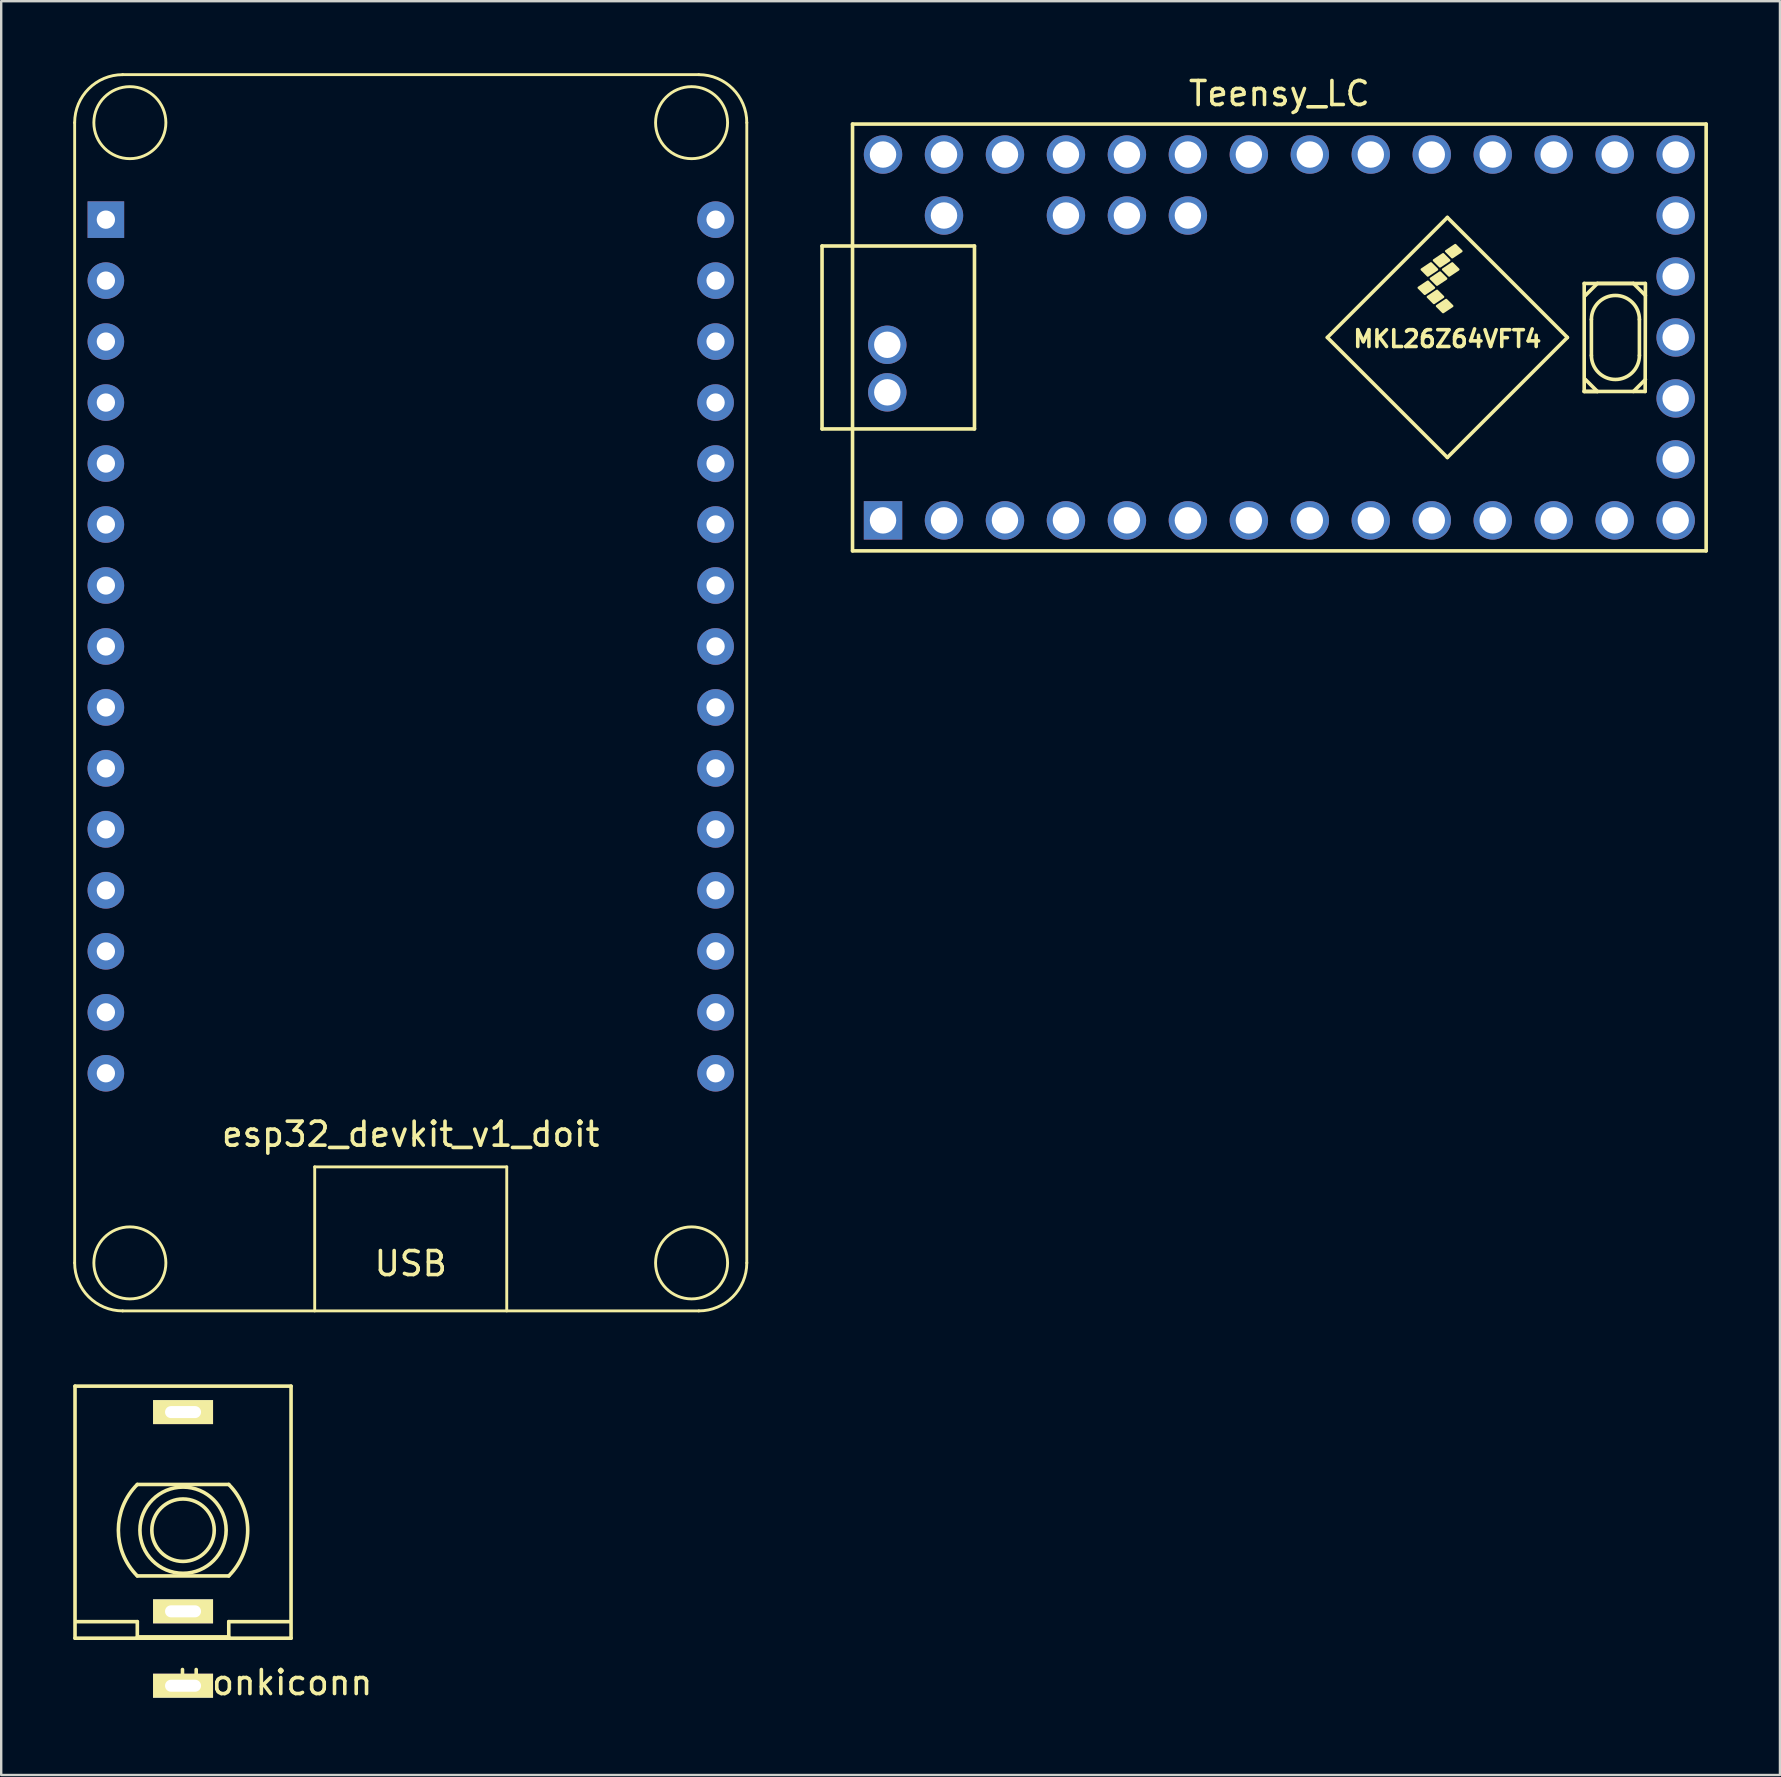
<source format=kicad_pcb>
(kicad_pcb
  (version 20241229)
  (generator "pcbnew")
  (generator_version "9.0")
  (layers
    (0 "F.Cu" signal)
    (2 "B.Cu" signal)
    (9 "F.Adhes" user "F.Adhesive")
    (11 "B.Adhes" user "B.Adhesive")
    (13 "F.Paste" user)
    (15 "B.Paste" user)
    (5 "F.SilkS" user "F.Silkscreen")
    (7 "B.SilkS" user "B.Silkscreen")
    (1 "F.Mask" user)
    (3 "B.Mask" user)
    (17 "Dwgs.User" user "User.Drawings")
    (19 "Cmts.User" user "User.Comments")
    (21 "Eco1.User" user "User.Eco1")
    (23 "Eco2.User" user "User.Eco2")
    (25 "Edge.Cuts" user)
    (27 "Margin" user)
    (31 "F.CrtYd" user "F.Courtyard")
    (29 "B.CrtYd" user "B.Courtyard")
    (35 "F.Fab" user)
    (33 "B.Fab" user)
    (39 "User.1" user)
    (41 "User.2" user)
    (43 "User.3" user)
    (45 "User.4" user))
  (footprint "thonkiconn"
    (layer "F.Cu")
    (at 4.575 60.695)
    (property "Reference" "thonkiconn" (at 3.81 6.35 0) (layer "F.SilkS") (effects (font (size 1 1) (thickness 0.15))))
    (attr through_hole)
    (fp_line (start -4.5 -6) (end -4.5 4.5) (stroke (width 0.15) (type solid)) (layer "F.SilkS"))
    (fp_line (start -4.5 -6) (end 4.5 -6) (stroke (width 0.15) (type solid)) (layer "F.SilkS"))
    (fp_line (start -4.5 4.5) (end 4.5 4.5) (stroke (width 0.15) (type solid)) (layer "F.SilkS"))
    (fp_line (start -4.445 3.81) (end -1.905 3.81) (stroke (width 0.15) (type solid)) (layer "F.SilkS"))
    (fp_line (start -1.905 -1.905) (end 1.905 -1.905) (stroke (width 0.15) (type solid)) (layer "F.SilkS"))
    (fp_line (start -1.905 3.81) (end -1.905 4.445) (stroke (width 0.15) (type solid)) (layer "F.SilkS"))
    (fp_line (start -1.905 4.445) (end 1.905 4.445) (stroke (width 0.15) (type solid)) (layer "F.SilkS"))
    (fp_line (start 1.905 1.905) (end -1.905 1.905) (stroke (width 0.15) (type solid)) (layer "F.SilkS"))
    (fp_line (start 1.905 3.81) (end 4.445 3.81) (stroke (width 0.15) (type solid)) (layer "F.SilkS"))
    (fp_line (start 1.905 4.445) (end 1.905 3.81) (stroke (width 0.15) (type solid)) (layer "F.SilkS"))
    (fp_line (start 4.5 -6) (end 4.5 4.5) (stroke (width 0.15) (type solid)) (layer "F.SilkS"))
    (fp_arc (start -1.905 1.905) (mid -2.694077 0) (end -1.905 -1.905) (stroke (width 0.15) (type solid)) (layer "F.SilkS"))
    (fp_arc (start 1.905 -1.905) (mid 2.694077 0) (end 1.905 1.905) (stroke (width 0.15) (type solid)) (layer "F.SilkS"))
    (fp_circle (center 0 0) (end 1.27 1.27) (stroke (width 0.15) (type solid)) (fill no) (layer "F.SilkS"))
    (fp_circle (center 0 0) (end 1.3 0) (stroke (width 0.15) (type solid)) (fill no) (layer "F.SilkS"))
    (pad "1" thru_hole rect (at 0 6.48) (size 2.5 1) (drill oval 1.5 0.5) (layers "*.Cu" "*.Mask" "F.SilkS"))
    (pad "2" thru_hole rect (at 0 3.38) (size 2.5 1) (drill oval 1.5 0.5) (layers "*.Cu" "*.Mask" "F.SilkS"))
    (pad "3" thru_hole rect (at 0 -4.92) (size 2.5 1) (drill oval 1.5 0.5) (layers "*.Cu" "*.Mask" "F.SilkS"))
    (zone (net_name "") (layers "F.Cu" "Margin") (name "plug contact area") (hatch edge 0.508) (connect_pads) (min_thickness 0.254) (filled_areas_thickness no) (keepout (tracks not_allowed) (vias not_allowed) (pads not_allowed) (copperpour not_allowed) (footprints not_allowed)) (placement (enabled no)) (fill) (polygon (pts (xy 6.48 62.6) (xy 2.67 62.6) (xy 2.67 58.79) (xy 6.48 58.79)))))
  (footprint "esp32_devkit_v1_doit"
    (layer "F.Cu")
    (at 14.06 6.1)
    (property "Reference" "esp32_devkit_v1_doit" (at 0 38.1 0) (layer "F.SilkS") (effects (font (size 1 1) (thickness 0.15))))
    (attr through_hole)
    (fp_line (start -14 -4.04) (end -14 43.46) (stroke (width 0.12) (type solid)) (layer "F.SilkS"))
    (fp_line (start -12 -6.04) (end 12 -6.04) (stroke (width 0.12) (type solid)) (layer "F.SilkS"))
    (fp_line (start -12 45.46) (end 12 45.46) (stroke (width 0.12) (type solid)) (layer "F.SilkS"))
    (fp_line (start -4 39.46) (end -4 45.46) (stroke (width 0.12) (type solid)) (layer "F.SilkS"))
    (fp_line (start -4 39.46) (end 4 39.46) (stroke (width 0.12) (type solid)) (layer "F.SilkS"))
    (fp_line (start 4 39.46) (end 4 45.46) (stroke (width 0.12) (type solid)) (layer "F.SilkS"))
    (fp_line (start 14 43.46) (end 14 -4.04) (stroke (width 0.12) (type solid)) (layer "F.SilkS"))
    (fp_arc (start -14 -4.04) (mid -13.414214 -5.454214) (end -12 -6.04) (stroke (width 0.12) (type solid)) (layer "F.SilkS"))
    (fp_arc (start -12 45.46) (mid -13.414214 44.874214) (end -14 43.46) (stroke (width 0.12) (type solid)) (layer "F.SilkS"))
    (fp_arc (start 12 -6.04) (mid 13.414214 -5.454214) (end 14 -4.04) (stroke (width 0.12) (type solid)) (layer "F.SilkS"))
    (fp_arc (start 14 43.46) (mid 13.414214 44.874214) (end 12 45.46) (stroke (width 0.12) (type solid)) (layer "F.SilkS"))
    (fp_circle (center -11.7 -4.04) (end -10.2 -4.04) (stroke (width 0.12) (type solid)) (fill no) (layer "F.SilkS"))
    (fp_circle (center -11.7 43.46) (end -10.2 43.46) (stroke (width 0.12) (type solid)) (fill no) (layer "F.SilkS"))
    (fp_circle (center 11.7 -4.04) (end 13.2 -4.04) (stroke (width 0.12) (type solid)) (fill no) (layer "F.SilkS"))
    (fp_circle (center 11.7 43.46) (end 13.2 43.46) (stroke (width 0.12) (type solid)) (fill no) (layer "F.SilkS"))
    (fp_text user "USB" (at 0 43.49 0) (layer "F.SilkS") (effects (font (size 1 1) (thickness 0.15))))
    (pad "1" thru_hole rect (at -12.7 0) (size 1.524 1.524) (drill 0.762) (layers "*.Cu" "*.Mask"))
    (pad "2" thru_hole circle (at -12.7 2.54) (size 1.524 1.524) (drill 0.762) (layers "*.Cu" "*.Mask"))
    (pad "3" thru_hole circle (at -12.7 5.08) (size 1.524 1.524) (drill 0.762) (layers "*.Cu" "*.Mask"))
    (pad "4" thru_hole circle (at -12.7 7.62) (size 1.524 1.524) (drill 0.762) (layers "*.Cu" "*.Mask"))
    (pad "5" thru_hole circle (at -12.7 10.16) (size 1.524 1.524) (drill 0.762) (layers "*.Cu" "*.Mask"))
    (pad "6" thru_hole circle (at -12.7 12.7) (size 1.524 1.524) (drill 0.762) (layers "*.Cu" "*.Mask"))
    (pad "7" thru_hole circle (at -12.7 15.24) (size 1.524 1.524) (drill 0.762) (layers "*.Cu" "*.Mask"))
    (pad "8" thru_hole circle (at -12.7 17.78) (size 1.524 1.524) (drill 0.762) (layers "*.Cu" "*.Mask"))
    (pad "9" thru_hole circle (at -12.7 20.32) (size 1.524 1.524) (drill 0.762) (layers "*.Cu" "*.Mask"))
    (pad "10" thru_hole circle (at -12.7 22.86) (size 1.524 1.524) (drill 0.762) (layers "*.Cu" "*.Mask"))
    (pad "11" thru_hole circle (at -12.7 25.4) (size 1.524 1.524) (drill 0.762) (layers "*.Cu" "*.Mask"))
    (pad "12" thru_hole circle (at -12.7 27.94) (size 1.524 1.524) (drill 0.762) (layers "*.Cu" "*.Mask"))
    (pad "13" thru_hole circle (at -12.7 30.48) (size 1.524 1.524) (drill 0.762) (layers "*.Cu" "*.Mask"))
    (pad "14" thru_hole circle (at -12.7 33.02) (size 1.524 1.524) (drill 0.762) (layers "*.Cu" "*.Mask"))
    (pad "15" thru_hole circle (at -12.7 35.56) (size 1.524 1.524) (drill 0.762) (layers "*.Cu" "*.Mask"))
    (pad "16" thru_hole circle (at 12.7 35.56) (size 1.524 1.524) (drill 0.762) (layers "*.Cu" "*.Mask"))
    (pad "17" thru_hole circle (at 12.7 33.02) (size 1.524 1.524) (drill 0.762) (layers "*.Cu" "*.Mask"))
    (pad "18" thru_hole circle (at 12.7 30.48) (size 1.524 1.524) (drill 0.762) (layers "*.Cu" "*.Mask"))
    (pad "19" thru_hole circle (at 12.7 27.94) (size 1.524 1.524) (drill 0.762) (layers "*.Cu" "*.Mask"))
    (pad "20" thru_hole circle (at 12.7 25.4) (size 1.524 1.524) (drill 0.762) (layers "*.Cu" "*.Mask"))
    (pad "21" thru_hole circle (at 12.7 22.86) (size 1.524 1.524) (drill 0.762) (layers "*.Cu" "*.Mask"))
    (pad "22" thru_hole circle (at 12.7 20.32) (size 1.524 1.524) (drill 0.762) (layers "*.Cu" "*.Mask"))
    (pad "23" thru_hole circle (at 12.7 17.78) (size 1.524 1.524) (drill 0.762) (layers "*.Cu" "*.Mask"))
    (pad "24" thru_hole circle (at 12.7 15.24) (size 1.524 1.524) (drill 0.762) (layers "*.Cu" "*.Mask"))
    (pad "25" thru_hole circle (at 12.7 12.7) (size 1.524 1.524) (drill 0.762) (layers "*.Cu" "*.Mask"))
    (pad "26" thru_hole circle (at 12.7 10.16) (size 1.524 1.524) (drill 0.762) (layers "*.Cu" "*.Mask"))
    (pad "27" thru_hole circle (at 12.7 7.62) (size 1.524 1.524) (drill 0.762) (layers "*.Cu" "*.Mask"))
    (pad "28" thru_hole circle (at 12.7 5.08) (size 1.524 1.524) (drill 0.762) (layers "*.Cu" "*.Mask"))
    (pad "29" thru_hole circle (at 12.7 2.54) (size 1.524 1.524) (drill 0.762) (layers "*.Cu" "*.Mask"))
    (pad "30" thru_hole circle (at 12.7 0) (size 1.524 1.524) (drill 0.762) (layers "*.Cu" "*.Mask")))
  (footprint "Teensy_LC"
    (layer "F.Cu")
    (at 50.245 11.008)
    (property "Reference" "Teensy_LC" (at 0 -10.16 0) (layer "F.SilkS") (effects (font (size 1 1) (thickness 0.15))))
    (attr through_hole)
    (fp_line (start -19.05 -3.81) (end -17.78 -3.81) (stroke (width 0.15) (type solid)) (layer "F.SilkS"))
    (fp_line (start -19.05 3.81) (end -19.05 -3.81) (stroke (width 0.15) (type solid)) (layer "F.SilkS"))
    (fp_line (start -17.78 -8.89) (end 17.78 -8.89) (stroke (width 0.15) (type solid)) (layer "F.SilkS"))
    (fp_line (start -17.78 3.81) (end -19.05 3.81) (stroke (width 0.15) (type solid)) (layer "F.SilkS"))
    (fp_line (start -17.78 8.89) (end -17.78 -8.89) (stroke (width 0.15) (type solid)) (layer "F.SilkS"))
    (fp_line (start -12.7 -3.81) (end -17.78 -3.81) (stroke (width 0.15) (type solid)) (layer "F.SilkS"))
    (fp_line (start -12.7 3.81) (end -17.78 3.81) (stroke (width 0.15) (type solid)) (layer "F.SilkS"))
    (fp_line (start -12.7 3.81) (end -12.7 -3.81) (stroke (width 0.15) (type solid)) (layer "F.SilkS"))
    (fp_line (start 2 0) (end 7 5) (stroke (width 0.15) (type solid)) (layer "F.SilkS"))
    (fp_line (start 7 -5) (end 2 0) (stroke (width 0.15) (type solid)) (layer "F.SilkS"))
    (fp_line (start 7 5) (end 12 0) (stroke (width 0.15) (type solid)) (layer "F.SilkS"))
    (fp_line (start 12 0) (end 7 -5) (stroke (width 0.15) (type solid)) (layer "F.SilkS"))
    (fp_line (start 12.7 -2.25) (end 15.24 -2.25) (stroke (width 0.15) (type solid)) (layer "F.SilkS"))
    (fp_line (start 12.7 2.25) (end 12.7 -2.25) (stroke (width 0.15) (type solid)) (layer "F.SilkS"))
    (fp_line (start 12.7 2.25) (end 13.25 2.25) (stroke (width 0.15) (type solid)) (layer "F.SilkS"))
    (fp_line (start 12.75 -1.75) (end 13.25 -2.25) (stroke (width 0.15) (type solid)) (layer "F.SilkS"))
    (fp_line (start 13 -0.75) (end 13 0.75) (stroke (width 0.15) (type solid)) (layer "F.SilkS"))
    (fp_line (start 13.25 2.25) (end 12.75 1.75) (stroke (width 0.15) (type solid)) (layer "F.SilkS"))
    (fp_line (start 14.75 -2.25) (end 13.25 -2.25) (stroke (width 0.15) (type solid)) (layer "F.SilkS"))
    (fp_line (start 15 0.75) (end 15 -0.75) (stroke (width 0.15) (type solid)) (layer "F.SilkS"))
    (fp_line (start 15.24 2.25) (end 12.7 2.25) (stroke (width 0.15) (type solid)) (layer "F.SilkS"))
    (fp_line (start 15.25 -2.25) (end 15.24 2.25) (stroke (width 0.15) (type solid)) (layer "F.SilkS"))
    (fp_line (start 15.25 -1.75) (end 14.75 -2.25) (stroke (width 0.15) (type solid)) (layer "F.SilkS"))
    (fp_line (start 15.25 1.75) (end 14.75 2.25) (stroke (width 0.15) (type solid)) (layer "F.SilkS"))
    (fp_line (start 17.78 -8.89) (end 17.78 8.89) (stroke (width 0.15) (type solid)) (layer "F.SilkS"))
    (fp_line (start 17.78 8.89) (end -17.78 8.89) (stroke (width 0.15) (type solid)) (layer "F.SilkS"))
    (fp_arc (start 13 -0.75) (mid 14 -1.75) (end 15 -0.75) (stroke (width 0.15) (type solid)) (layer "F.SilkS"))
    (fp_arc (start 15 0.75) (mid 14 1.75) (end 13 0.75) (stroke (width 0.15) (type solid)) (layer "F.SilkS"))
    (fp_poly (pts (xy 6.06 -1.817) (xy 5.806 -2.071) (xy 6.187 -2.325) (xy 6.441 -2.071)) (stroke (width 0.1) (type solid)) (fill yes) (layer "F.SilkS"))
    (fp_poly (pts (xy 6.187 -2.579) (xy 5.933 -2.833) (xy 6.314 -3.087) (xy 6.568 -2.833)) (stroke (width 0.1) (type solid)) (fill yes) (layer "F.SilkS"))
    (fp_poly (pts (xy 6.441 -1.436) (xy 6.187 -1.69) (xy 6.568 -1.944) (xy 6.822 -1.69)) (stroke (width 0.1) (type solid)) (fill yes) (layer "F.SilkS"))
    (fp_poly (pts (xy 6.568 -2.198) (xy 6.314 -2.452) (xy 6.695 -2.706) (xy 6.949 -2.452)) (stroke (width 0.1) (type solid)) (fill yes) (layer "F.SilkS"))
    (fp_poly (pts (xy 6.695 -2.96) (xy 6.441 -3.214) (xy 6.822 -3.468) (xy 7.076 -3.214)) (stroke (width 0.1) (type solid)) (fill yes) (layer "F.SilkS"))
    (fp_poly (pts (xy 6.822 -1.055) (xy 6.568 -1.309) (xy 6.949 -1.563) (xy 7.203 -1.309)) (stroke (width 0.1) (type solid)) (fill yes) (layer "F.SilkS"))
    (fp_poly (pts (xy 7.076 -2.579) (xy 6.822 -2.833) (xy 7.203 -3.087) (xy 7.457 -2.833)) (stroke (width 0.1) (type solid)) (fill yes) (layer "F.SilkS"))
    (fp_poly (pts (xy 7.203 -3.341) (xy 6.949 -3.595) (xy 7.33 -3.849) (xy 7.584 -3.595)) (stroke (width 0.1) (type solid)) (fill yes) (layer "F.SilkS"))
    (fp_text user "MKL26Z64VFT4" (at 7 0.06 0) (layer "F.SilkS") (effects (font (size 0.7 0.7) (thickness 0.15))))
    (pad "1" thru_hole rect (at -16.51 7.62) (size 1.6 1.6) (drill 1.1) (layers "*.Cu" "*.Mask"))
    (pad "2" thru_hole circle (at -13.97 7.62) (size 1.6 1.6) (drill 1.1) (layers "*.Cu" "*.Mask"))
    (pad "3" thru_hole circle (at -11.43 7.62) (size 1.6 1.6) (drill 1.1) (layers "*.Cu" "*.Mask"))
    (pad "4" thru_hole circle (at -8.89 7.62) (size 1.6 1.6) (drill 1.1) (layers "*.Cu" "*.Mask"))
    (pad "5" thru_hole circle (at -6.35 7.62) (size 1.6 1.6) (drill 1.1) (layers "*.Cu" "*.Mask"))
    (pad "6" thru_hole circle (at -3.81 7.62) (size 1.6 1.6) (drill 1.1) (layers "*.Cu" "*.Mask"))
    (pad "7" thru_hole circle (at -1.27 7.62) (size 1.6 1.6) (drill 1.1) (layers "*.Cu" "*.Mask"))
    (pad "8" thru_hole circle (at 1.27 7.62) (size 1.6 1.6) (drill 1.1) (layers "*.Cu" "*.Mask"))
    (pad "9" thru_hole circle (at 3.81 7.62) (size 1.6 1.6) (drill 1.1) (layers "*.Cu" "*.Mask"))
    (pad "10" thru_hole circle (at 6.35 7.62) (size 1.6 1.6) (drill 1.1) (layers "*.Cu" "*.Mask"))
    (pad "11" thru_hole circle (at 8.89 7.62) (size 1.6 1.6) (drill 1.1) (layers "*.Cu" "*.Mask"))
    (pad "12" thru_hole circle (at 11.43 7.62) (size 1.6 1.6) (drill 1.1) (layers "*.Cu" "*.Mask"))
    (pad "13" thru_hole circle (at 13.97 7.62) (size 1.6 1.6) (drill 1.1) (layers "*.Cu" "*.Mask"))
    (pad "14" thru_hole circle (at 16.51 7.62) (size 1.6 1.6) (drill 1.1) (layers "*.Cu" "*.Mask"))
    (pad "15" thru_hole circle (at 16.51 5.08) (size 1.6 1.6) (drill 1.1) (layers "*.Cu" "*.Mask"))
    (pad "16" thru_hole circle (at 16.51 2.54) (size 1.6 1.6) (drill 1.1) (layers "*.Cu" "*.Mask"))
    (pad "17" thru_hole circle (at 16.51 0) (size 1.6 1.6) (drill 1.1) (layers "*.Cu" "*.Mask"))
    (pad "18" thru_hole circle (at 16.51 -2.54) (size 1.6 1.6) (drill 1.1) (layers "*.Cu" "*.Mask"))
    (pad "19" thru_hole circle (at 16.51 -5.08) (size 1.6 1.6) (drill 1.1) (layers "*.Cu" "*.Mask"))
    (pad "20" thru_hole circle (at 16.51 -7.62) (size 1.6 1.6) (drill 1.1) (layers "*.Cu" "*.Mask"))
    (pad "21" thru_hole circle (at 13.97 -7.62) (size 1.6 1.6) (drill 1.1) (layers "*.Cu" "*.Mask"))
    (pad "22" thru_hole circle (at 11.43 -7.62) (size 1.6 1.6) (drill 1.1) (layers "*.Cu" "*.Mask"))
    (pad "23" thru_hole circle (at 8.89 -7.62) (size 1.6 1.6) (drill 1.1) (layers "*.Cu" "*.Mask"))
    (pad "24" thru_hole circle (at 6.35 -7.62) (size 1.6 1.6) (drill 1.1) (layers "*.Cu" "*.Mask"))
    (pad "25" thru_hole circle (at 3.81 -7.62) (size 1.6 1.6) (drill 1.1) (layers "*.Cu" "*.Mask"))
    (pad "26" thru_hole circle (at 1.27 -7.62) (size 1.6 1.6) (drill 1.1) (layers "*.Cu" "*.Mask"))
    (pad "27" thru_hole circle (at -1.27 -7.62) (size 1.6 1.6) (drill 1.1) (layers "*.Cu" "*.Mask"))
    (pad "28" thru_hole circle (at -3.81 -7.62) (size 1.6 1.6) (drill 1.1) (layers "*.Cu" "*.Mask"))
    (pad "29" thru_hole circle (at -6.35 -7.62) (size 1.6 1.6) (drill 1.1) (layers "*.Cu" "*.Mask"))
    (pad "30" thru_hole circle (at -8.89 -7.62) (size 1.6 1.6) (drill 1.1) (layers "*.Cu" "*.Mask"))
    (pad "31" thru_hole circle (at -11.43 -7.62) (size 1.6 1.6) (drill 1.1) (layers "*.Cu" "*.Mask"))
    (pad "32" thru_hole circle (at -13.97 -7.62) (size 1.6 1.6) (drill 1.1) (layers "*.Cu" "*.Mask"))
    (pad "33" thru_hole circle (at -16.51 -7.62) (size 1.6 1.6) (drill 1.1) (layers "*.Cu" "*.Mask"))
    (pad "34" thru_hole circle (at -13.97 -5.08) (size 1.6 1.6) (drill 1.1) (layers "*.Cu" "*.Mask"))
    (pad "35" thru_hole circle (at -8.89 -5.08) (size 1.6 1.6) (drill 1.1) (layers "*.Cu" "*.Mask"))
    (pad "36" thru_hole circle (at -6.35 -5.08) (size 1.6 1.6) (drill 1.1) (layers "*.Cu" "*.Mask"))
    (pad "37" thru_hole circle (at -3.81 -5.08) (size 1.6 1.6) (drill 1.1) (layers "*.Cu" "*.Mask"))
    (pad "39" thru_hole circle (at -16.332 2.286) (size 1.6 1.6) (drill 1.1) (layers "*.Cu" "*.Mask"))
    (pad "40" thru_hole circle (at -16.332 0.305) (size 1.6 1.6) (drill 1.1) (layers "*.Cu" "*.Mask")))
  (gr_rect
    (start -3 -3)
    (end 71.1 70.893)
    (stroke (width 0.1) (type default))
    (fill no)
    (layer "Edge.Cuts")))
</source>
